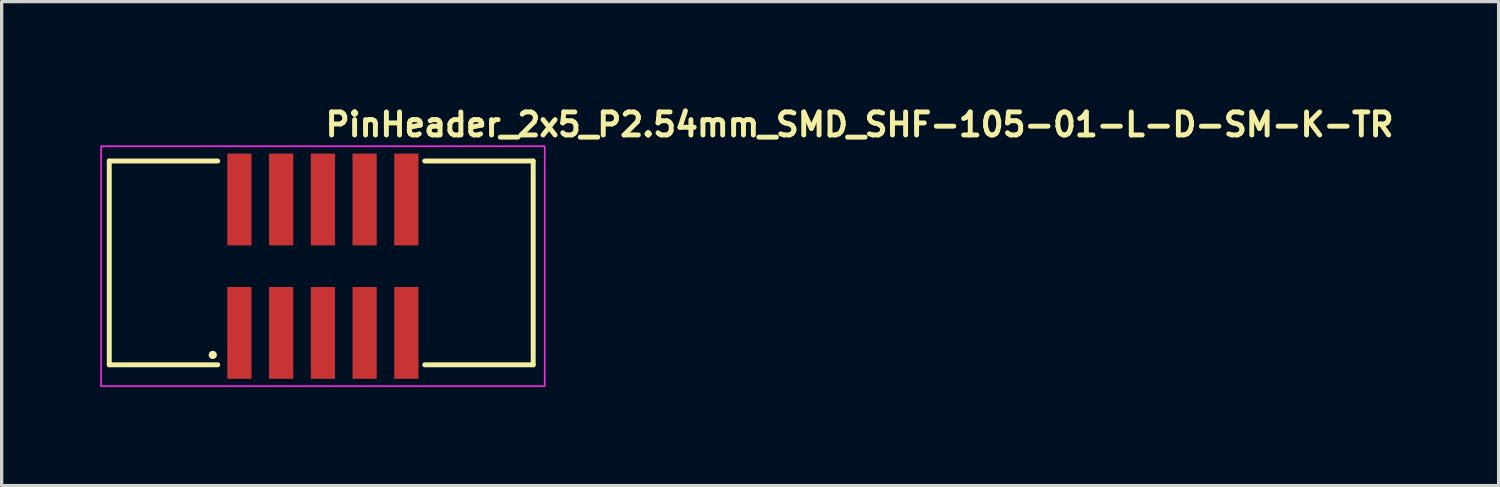
<source format=kicad_pcb>
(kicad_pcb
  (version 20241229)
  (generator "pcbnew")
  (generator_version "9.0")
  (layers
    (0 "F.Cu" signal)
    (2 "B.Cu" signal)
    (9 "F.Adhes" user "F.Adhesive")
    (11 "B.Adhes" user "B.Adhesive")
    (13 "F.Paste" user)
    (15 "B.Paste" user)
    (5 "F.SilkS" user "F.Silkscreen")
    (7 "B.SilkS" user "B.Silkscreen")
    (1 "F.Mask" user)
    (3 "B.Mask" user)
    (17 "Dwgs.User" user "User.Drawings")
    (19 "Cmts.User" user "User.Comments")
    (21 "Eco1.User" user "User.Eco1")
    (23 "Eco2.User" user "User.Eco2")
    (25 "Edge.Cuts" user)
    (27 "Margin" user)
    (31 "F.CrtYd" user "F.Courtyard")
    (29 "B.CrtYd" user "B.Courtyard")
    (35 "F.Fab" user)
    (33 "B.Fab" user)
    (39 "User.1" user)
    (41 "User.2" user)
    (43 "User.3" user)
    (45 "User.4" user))
  (footprint "PinHeader_2x5_P2.54mm_SMD_SHF-105-01-L-D-SM-K-TR"
    (layer "F.Cu")
    (at 6.775 5.05)
    (property "Reference" "PinHeader_2x5_P2.54mm_SMD_SHF-105-01-L-D-SM-K-TR" (at 0 -3.9 0) (unlocked yes) (layer "F.SilkS") (effects (font (size 0.7 0.7) (thickness 0.15)) (justify left bottom)))
    (attr smd)
    (fp_line (start -6.5 -3.2) (end -6.5 3) (stroke (width 0.15) (type solid)) (layer "F.SilkS"))
    (fp_line (start -6.5 3) (end -3.2 3) (stroke (width 0.15) (type solid)) (layer "F.SilkS"))
    (fp_line (start -3.2 -3.2) (end -6.5 -3.2) (stroke (width 0.15) (type solid)) (layer "F.SilkS"))
    (fp_line (start 3.1 3) (end 6.4 3) (stroke (width 0.15) (type solid)) (layer "F.SilkS"))
    (fp_line (start 6.4 -3.2) (end 3.1 -3.2) (stroke (width 0.15) (type solid)) (layer "F.SilkS"))
    (fp_line (start 6.4 3) (end 6.4 -3.2) (stroke (width 0.15) (type solid)) (layer "F.SilkS"))
    (fp_circle (center -3.35 2.7) (end -3.3 2.7) (stroke (width 0.15) (type solid)) (fill yes) (layer "F.SilkS"))
    (fp_rect (start -6.75 -3.65) (end 6.75 3.65) (stroke (width 0.05) (type solid)) (fill no) (layer "F.CrtYd"))
    (fp_rect (start -6.35 -3.251) (end 6.35 3.251) (stroke (width 0.1) (type solid)) (fill no) (layer "User.5"))
    (fp_line (start -6.35 -0.635) (end -6.35 -3.048) (stroke (width 0.02) (type solid)) (layer "User.9"))
    (fp_line (start -6.35 -0.635) (end -6.223 -0.635) (stroke (width 0.02) (type solid)) (layer "User.9"))
    (fp_line (start -6.35 2.54) (end -6.35 0.635) (stroke (width 0.02) (type solid)) (layer "User.9"))
    (fp_line (start -6.223 -0.635) (end -6.223 0.635) (stroke (width 0.02) (type solid)) (layer "User.9"))
    (fp_line (start -6.223 0.635) (end -6.35 0.635) (stroke (width 0.02) (type solid)) (layer "User.9"))
    (fp_line (start -5.738 -2.055) (end -5.738 2.055) (stroke (width 0.02) (type solid)) (layer "User.9"))
    (fp_line (start -5.738 -2.055) (end -5.461 -1.778) (stroke (width 0.02) (type solid)) (layer "User.9"))
    (fp_line (start -5.738 2.055) (end -5.461 1.778) (stroke (width 0.02) (type solid)) (layer "User.9"))
    (fp_line (start -5.738 2.055) (end -2.519 2.055) (stroke (width 0.02) (type solid)) (layer "User.9"))
    (fp_line (start -5.461 -1.778) (end -5.461 1.778) (stroke (width 0.02) (type solid)) (layer "User.9"))
    (fp_line (start -5.461 1.778) (end -2.722 1.778) (stroke (width 0.02) (type solid)) (layer "User.9"))
    (fp_line (start -5.41 -3.048) (end -6.35 -3.048) (stroke (width 0.02) (type solid)) (layer "User.9"))
    (fp_line (start -5.41 -2.54) (end -5.41 -3.048) (stroke (width 0.02) (type solid)) (layer "User.9"))
    (fp_line (start -3.251 0) (end -3.251 0) (stroke (width 0.02) (type solid)) (layer "User.9"))
    (fp_line (start -3.251 0) (end -3.247 0.167) (stroke (width 0.02) (type solid)) (layer "User.9"))
    (fp_line (start -3.247 -0.167) (end -3.251 0) (stroke (width 0.02) (type solid)) (layer "User.9"))
    (fp_line (start -3.247 0.167) (end -3.234 0.332) (stroke (width 0.02) (type solid)) (layer "User.9"))
    (fp_line (start -3.234 -0.332) (end -3.247 -0.167) (stroke (width 0.02) (type solid)) (layer "User.9"))
    (fp_line (start -3.234 0.332) (end -3.214 0.495) (stroke (width 0.02) (type solid)) (layer "User.9"))
    (fp_line (start -3.214 -0.495) (end -3.234 -0.332) (stroke (width 0.02) (type solid)) (layer "User.9"))
    (fp_line (start -3.214 0.495) (end -3.185 0.655) (stroke (width 0.02) (type solid)) (layer "User.9"))
    (fp_line (start -3.185 -0.655) (end -3.214 -0.495) (stroke (width 0.02) (type solid)) (layer "User.9"))
    (fp_line (start -3.185 0.655) (end -3.149 0.813) (stroke (width 0.02) (type solid)) (layer "User.9"))
    (fp_line (start -3.149 -0.813) (end -3.185 -0.655) (stroke (width 0.02) (type solid)) (layer "User.9"))
    (fp_line (start -3.149 0.813) (end -3.105 0.967) (stroke (width 0.02) (type solid)) (layer "User.9"))
    (fp_line (start -3.105 -0.967) (end -3.149 -0.813) (stroke (width 0.02) (type solid)) (layer "User.9"))
    (fp_line (start -3.105 0.967) (end -3.054 1.118) (stroke (width 0.02) (type solid)) (layer "User.9"))
    (fp_line (start -3.054 -1.118) (end -3.105 -0.967) (stroke (width 0.02) (type solid)) (layer "User.9"))
    (fp_line (start -3.054 1.118) (end -2.996 1.266) (stroke (width 0.02) (type solid)) (layer "User.9"))
    (fp_line (start -3.048 2.286) (end -3.048 2.54) (stroke (width 0.02) (type solid)) (layer "User.9"))
    (fp_line (start -3.048 2.286) (end -3.048 2.54) (stroke (width 0.02) (type solid)) (layer "User.9"))
    (fp_line (start -3.048 2.54) (end -6.35 2.54) (stroke (width 0.02) (type solid)) (layer "User.9"))
    (fp_line (start -3.023 2.54) (end -3.048 2.54) (stroke (width 0.02) (type solid)) (layer "User.9"))
    (fp_line (start -3.023 2.54) (end -3.023 2.311) (stroke (width 0.02) (type solid)) (layer "User.9"))
    (fp_line (start -2.996 -1.266) (end -3.054 -1.118) (stroke (width 0.02) (type solid)) (layer "User.9"))
    (fp_line (start -2.996 1.266) (end -2.931 1.41) (stroke (width 0.02) (type solid)) (layer "User.9"))
    (fp_line (start -2.931 -1.41) (end -2.996 -1.266) (stroke (width 0.02) (type solid)) (layer "User.9"))
    (fp_line (start -2.931 1.41) (end -2.859 1.55) (stroke (width 0.02) (type solid)) (layer "User.9"))
    (fp_line (start -2.859 -1.55) (end -2.931 -1.41) (stroke (width 0.02) (type solid)) (layer "User.9"))
    (fp_line (start -2.859 1.55) (end -2.781 1.686) (stroke (width 0.02) (type solid)) (layer "User.9"))
    (fp_line (start -2.781 -1.686) (end -2.859 -1.55) (stroke (width 0.02) (type solid)) (layer "User.9"))
    (fp_line (start -2.781 1.686) (end -2.696 1.818) (stroke (width 0.02) (type solid)) (layer "User.9"))
    (fp_line (start -2.743 -3.048) (end -2.743 -2.946) (stroke (width 0.02) (type solid)) (layer "User.9"))
    (fp_line (start -2.743 -2.946) (end -2.743 -2.54) (stroke (width 0.02) (type solid)) (layer "User.9"))
    (fp_line (start -2.743 2.54) (end -2.743 2.946) (stroke (width 0.02) (type solid)) (layer "User.9"))
    (fp_line (start -2.743 2.946) (end -2.743 3.048) (stroke (width 0.02) (type solid)) (layer "User.9"))
    (fp_line (start -2.722 -1.778) (end -5.461 -1.778) (stroke (width 0.02) (type solid)) (layer "User.9"))
    (fp_line (start -2.696 -1.818) (end -2.781 -1.686) (stroke (width 0.02) (type solid)) (layer "User.9"))
    (fp_line (start -2.696 1.818) (end -2.605 1.945) (stroke (width 0.02) (type solid)) (layer "User.9"))
    (fp_line (start -2.605 -1.945) (end -2.696 -1.818) (stroke (width 0.02) (type solid)) (layer "User.9"))
    (fp_line (start -2.605 1.945) (end -2.509 2.068) (stroke (width 0.02) (type solid)) (layer "User.9"))
    (fp_line (start -2.54 2.54) (end -3.023 2.54) (stroke (width 0.02) (type solid)) (layer "User.9"))
    (fp_line (start -2.54 2.54) (end -2.54 2.311) (stroke (width 0.02) (type solid)) (layer "User.9"))
    (fp_line (start -2.519 -2.055) (end -5.738 -2.055) (stroke (width 0.02) (type solid)) (layer "User.9"))
    (fp_line (start -2.509 -2.068) (end -2.605 -1.945) (stroke (width 0.02) (type solid)) (layer "User.9"))
    (fp_line (start -2.509 2.068) (end -2.407 2.186) (stroke (width 0.02) (type solid)) (layer "User.9"))
    (fp_line (start -2.407 -2.186) (end -2.509 -2.068) (stroke (width 0.02) (type solid)) (layer "User.9"))
    (fp_line (start -2.407 2.186) (end -2.299 2.299) (stroke (width 0.02) (type solid)) (layer "User.9"))
    (fp_line (start -2.337 -3.048) (end -2.743 -3.048) (stroke (width 0.02) (type solid)) (layer "User.9"))
    (fp_line (start -2.337 -3.048) (end -2.337 -2.946) (stroke (width 0.02) (type solid)) (layer "User.9"))
    (fp_line (start -2.337 -2.946) (end -2.743 -2.946) (stroke (width 0.02) (type solid)) (layer "User.9"))
    (fp_line (start -2.337 -2.946) (end -2.337 -2.54) (stroke (width 0.02) (type solid)) (layer "User.9"))
    (fp_line (start -2.337 2.54) (end -2.337 2.946) (stroke (width 0.02) (type solid)) (layer "User.9"))
    (fp_line (start -2.337 2.946) (end -2.743 2.946) (stroke (width 0.02) (type solid)) (layer "User.9"))
    (fp_line (start -2.337 2.946) (end -2.337 3.048) (stroke (width 0.02) (type solid)) (layer "User.9"))
    (fp_line (start -2.337 3.048) (end -2.743 3.048) (stroke (width 0.02) (type solid)) (layer "User.9"))
    (fp_line (start -2.312 2.286) (end -3.048 2.286) (stroke (width 0.02) (type solid)) (layer "User.9"))
    (fp_line (start -2.312 2.286) (end -3.048 2.286) (stroke (width 0.02) (type solid)) (layer "User.9"))
    (fp_line (start -2.299 -2.299) (end -2.407 -2.186) (stroke (width 0.02) (type solid)) (layer "User.9"))
    (fp_line (start -2.299 2.299) (end -2.186 2.407) (stroke (width 0.02) (type solid)) (layer "User.9"))
    (fp_line (start -2.286 2.311) (end -3.023 2.311) (stroke (width 0.02) (type solid)) (layer "User.9"))
    (fp_line (start -2.186 -2.407) (end -2.299 -2.299) (stroke (width 0.02) (type solid)) (layer "User.9"))
    (fp_line (start -2.186 2.407) (end -2.068 2.509) (stroke (width 0.02) (type solid)) (layer "User.9"))
    (fp_line (start -2.068 -2.509) (end -2.186 -2.407) (stroke (width 0.02) (type solid)) (layer "User.9"))
    (fp_line (start -2.068 2.509) (end -1.945 2.605) (stroke (width 0.02) (type solid)) (layer "User.9"))
    (fp_line (start -2.057 2.54) (end -2.54 2.54) (stroke (width 0.02) (type solid)) (layer "User.9"))
    (fp_line (start -2.057 2.54) (end -2.057 2.517) (stroke (width 0.02) (type solid)) (layer "User.9"))
    (fp_line (start -2.032 2.538) (end -2.032 2.54) (stroke (width 0.02) (type solid)) (layer "User.9"))
    (fp_line (start -2.032 2.538) (end -2.032 2.54) (stroke (width 0.02) (type solid)) (layer "User.9"))
    (fp_line (start -2.032 2.54) (end -2.057 2.54) (stroke (width 0.02) (type solid)) (layer "User.9"))
    (fp_line (start -2.029 -2.54) (end -5.41 -2.54) (stroke (width 0.02) (type solid)) (layer "User.9"))
    (fp_line (start -2.029 2.54) (end -2.032 2.54) (stroke (width 0.02) (type solid)) (layer "User.9"))
    (fp_line (start -1.945 -2.605) (end -2.068 -2.509) (stroke (width 0.02) (type solid)) (layer "User.9"))
    (fp_line (start -1.945 2.605) (end -1.818 2.696) (stroke (width 0.02) (type solid)) (layer "User.9"))
    (fp_line (start -1.818 -2.696) (end -1.945 -2.605) (stroke (width 0.02) (type solid)) (layer "User.9"))
    (fp_line (start -1.818 2.696) (end -1.686 2.781) (stroke (width 0.02) (type solid)) (layer "User.9"))
    (fp_line (start -1.686 -2.781) (end -1.818 -2.696) (stroke (width 0.02) (type solid)) (layer "User.9"))
    (fp_line (start -1.686 2.781) (end -1.55 2.859) (stroke (width 0.02) (type solid)) (layer "User.9"))
    (fp_line (start -1.55 -2.859) (end -1.686 -2.781) (stroke (width 0.02) (type solid)) (layer "User.9"))
    (fp_line (start -1.55 2.859) (end -1.41 2.931) (stroke (width 0.02) (type solid)) (layer "User.9"))
    (fp_line (start -1.473 -2.946) (end -1.473 -3.048) (stroke (width 0.02) (type solid)) (layer "User.9"))
    (fp_line (start -1.473 -2.898) (end -1.473 -2.946) (stroke (width 0.02) (type solid)) (layer "User.9"))
    (fp_line (start -1.473 2.946) (end -1.473 2.898) (stroke (width 0.02) (type solid)) (layer "User.9"))
    (fp_line (start -1.473 3.048) (end -1.473 2.946) (stroke (width 0.02) (type solid)) (layer "User.9"))
    (fp_line (start -1.41 -2.931) (end -1.55 -2.859) (stroke (width 0.02) (type solid)) (layer "User.9"))
    (fp_line (start -1.41 2.931) (end -1.266 2.996) (stroke (width 0.02) (type solid)) (layer "User.9"))
    (fp_line (start -1.374 -2.946) (end -1.473 -2.946) (stroke (width 0.02) (type solid)) (layer "User.9"))
    (fp_line (start -1.374 2.946) (end -1.473 2.946) (stroke (width 0.02) (type solid)) (layer "User.9"))
    (fp_line (start -1.27 -3.048) (end -1.473 -3.048) (stroke (width 0.02) (type solid)) (layer "User.9"))
    (fp_line (start -1.27 -3.048) (end -1.27 -2.993) (stroke (width 0.02) (type solid)) (layer "User.9"))
    (fp_line (start -1.266 -2.996) (end -1.41 -2.931) (stroke (width 0.02) (type solid)) (layer "User.9"))
    (fp_line (start -1.266 2.996) (end -1.118 3.054) (stroke (width 0.02) (type solid)) (layer "User.9"))
    (fp_line (start -1.131 -3.048) (end -1.27 -3.048) (stroke (width 0.02) (type solid)) (layer "User.9"))
    (fp_line (start -1.131 3.048) (end -1.473 3.048) (stroke (width 0.02) (type solid)) (layer "User.9"))
    (fp_line (start -1.118 -3.054) (end -1.266 -2.996) (stroke (width 0.02) (type solid)) (layer "User.9"))
    (fp_line (start -1.118 3.054) (end -0.967 3.105) (stroke (width 0.02) (type solid)) (layer "User.9"))
    (fp_line (start -0.967 -3.105) (end -1.118 -3.054) (stroke (width 0.02) (type solid)) (layer "User.9"))
    (fp_line (start -0.967 3.105) (end -0.813 3.149) (stroke (width 0.02) (type solid)) (layer "User.9"))
    (fp_line (start -0.813 -3.149) (end -0.967 -3.105) (stroke (width 0.02) (type solid)) (layer "User.9"))
    (fp_line (start -0.813 3.149) (end -0.655 3.185) (stroke (width 0.02) (type solid)) (layer "User.9"))
    (fp_line (start -0.655 -3.185) (end -0.813 -3.149) (stroke (width 0.02) (type solid)) (layer "User.9"))
    (fp_line (start -0.655 3.185) (end -0.495 3.214) (stroke (width 0.02) (type solid)) (layer "User.9"))
    (fp_line (start -0.495 -3.214) (end -0.655 -3.185) (stroke (width 0.02) (type solid)) (layer "User.9"))
    (fp_line (start -0.495 3.214) (end -0.332 3.234) (stroke (width 0.02) (type solid)) (layer "User.9"))
    (fp_line (start -0.332 -3.234) (end -0.495 -3.214) (stroke (width 0.02) (type solid)) (layer "User.9"))
    (fp_line (start -0.332 3.234) (end -0.167 3.247) (stroke (width 0.02) (type solid)) (layer "User.9"))
    (fp_line (start -0.167 -3.247) (end -0.332 -3.234) (stroke (width 0.02) (type solid)) (layer "User.9"))
    (fp_line (start -0.167 3.247) (end 0 3.251) (stroke (width 0.02) (type solid)) (layer "User.9"))
    (fp_line (start 0 -3.251) (end -0.167 -3.247) (stroke (width 0.02) (type solid)) (layer "User.9"))
    (fp_line (start 0 -3.251) (end 0 -3.251) (stroke (width 0.02) (type solid)) (layer "User.9"))
    (fp_line (start 0 3.251) (end 0 3.251) (stroke (width 0.02) (type solid)) (layer "User.9"))
    (fp_line (start 0 3.251) (end 0.167 3.247) (stroke (width 0.02) (type solid)) (layer "User.9"))
    (fp_line (start 0.167 -3.247) (end 0 -3.251) (stroke (width 0.02) (type solid)) (layer "User.9"))
    (fp_line (start 0.167 3.247) (end 0.332 3.234) (stroke (width 0.02) (type solid)) (layer "User.9"))
    (fp_line (start 0.332 -3.234) (end 0.167 -3.247) (stroke (width 0.02) (type solid)) (layer "User.9"))
    (fp_line (start 0.332 3.234) (end 0.495 3.214) (stroke (width 0.02) (type solid)) (layer "User.9"))
    (fp_line (start 0.495 -3.214) (end 0.332 -3.234) (stroke (width 0.02) (type solid)) (layer "User.9"))
    (fp_line (start 0.495 3.214) (end 0.655 3.185) (stroke (width 0.02) (type solid)) (layer "User.9"))
    (fp_line (start 0.655 -3.185) (end 0.495 -3.214) (stroke (width 0.02) (type solid)) (layer "User.9"))
    (fp_line (start 0.655 3.185) (end 0.813 3.149) (stroke (width 0.02) (type solid)) (layer "User.9"))
    (fp_line (start 0.813 -3.149) (end 0.655 -3.185) (stroke (width 0.02) (type solid)) (layer "User.9"))
    (fp_line (start 0.813 3.149) (end 0.967 3.105) (stroke (width 0.02) (type solid)) (layer "User.9"))
    (fp_line (start 0.967 -3.105) (end 0.813 -3.149) (stroke (width 0.02) (type solid)) (layer "User.9"))
    (fp_line (start 0.967 3.105) (end 1.118 3.054) (stroke (width 0.02) (type solid)) (layer "User.9"))
    (fp_line (start 1.118 -3.054) (end 0.967 -3.105) (stroke (width 0.02) (type solid)) (layer "User.9"))
    (fp_line (start 1.118 3.054) (end 1.266 2.996) (stroke (width 0.02) (type solid)) (layer "User.9"))
    (fp_line (start 1.266 -2.996) (end 1.118 -3.054) (stroke (width 0.02) (type solid)) (layer "User.9"))
    (fp_line (start 1.266 2.996) (end 1.41 2.931) (stroke (width 0.02) (type solid)) (layer "User.9"))
    (fp_line (start 1.27 -3.048) (end 1.131 -3.048) (stroke (width 0.02) (type solid)) (layer "User.9"))
    (fp_line (start 1.27 -2.993) (end 1.27 -3.048) (stroke (width 0.02) (type solid)) (layer "User.9"))
    (fp_line (start 1.41 -2.931) (end 1.266 -2.996) (stroke (width 0.02) (type solid)) (layer "User.9"))
    (fp_line (start 1.41 2.931) (end 1.55 2.859) (stroke (width 0.02) (type solid)) (layer "User.9"))
    (fp_line (start 1.473 -3.048) (end 1.27 -3.048) (stroke (width 0.02) (type solid)) (layer "User.9"))
    (fp_line (start 1.473 -3.048) (end 1.473 -2.946) (stroke (width 0.02) (type solid)) (layer "User.9"))
    (fp_line (start 1.473 -2.946) (end 1.374 -2.946) (stroke (width 0.02) (type solid)) (layer "User.9"))
    (fp_line (start 1.473 -2.946) (end 1.473 -2.898) (stroke (width 0.02) (type solid)) (layer "User.9"))
    (fp_line (start 1.473 2.898) (end 1.473 2.946) (stroke (width 0.02) (type solid)) (layer "User.9"))
    (fp_line (start 1.473 2.946) (end 1.374 2.946) (stroke (width 0.02) (type solid)) (layer "User.9"))
    (fp_line (start 1.473 2.946) (end 1.473 3.048) (stroke (width 0.02) (type solid)) (layer "User.9"))
    (fp_line (start 1.473 3.048) (end 1.131 3.048) (stroke (width 0.02) (type solid)) (layer "User.9"))
    (fp_line (start 1.55 -2.859) (end 1.41 -2.931) (stroke (width 0.02) (type solid)) (layer "User.9"))
    (fp_line (start 1.55 2.859) (end 1.686 2.781) (stroke (width 0.02) (type solid)) (layer "User.9"))
    (fp_line (start 1.686 -2.781) (end 1.55 -2.859) (stroke (width 0.02) (type solid)) (layer "User.9"))
    (fp_line (start 1.686 2.781) (end 1.818 2.696) (stroke (width 0.02) (type solid)) (layer "User.9"))
    (fp_line (start 1.818 -2.696) (end 1.686 -2.781) (stroke (width 0.02) (type solid)) (layer "User.9"))
    (fp_line (start 1.818 2.696) (end 1.945 2.605) (stroke (width 0.02) (type solid)) (layer "User.9"))
    (fp_line (start 1.945 -2.605) (end 1.818 -2.696) (stroke (width 0.02) (type solid)) (layer "User.9"))
    (fp_line (start 1.945 2.605) (end 2.068 2.509) (stroke (width 0.02) (type solid)) (layer "User.9"))
    (fp_line (start 2.068 -2.509) (end 1.945 -2.605) (stroke (width 0.02) (type solid)) (layer "User.9"))
    (fp_line (start 2.068 2.509) (end 2.186 2.407) (stroke (width 0.02) (type solid)) (layer "User.9"))
    (fp_line (start 2.186 -2.407) (end 2.068 -2.509) (stroke (width 0.02) (type solid)) (layer "User.9"))
    (fp_line (start 2.186 2.407) (end 2.299 2.299) (stroke (width 0.02) (type solid)) (layer "User.9"))
    (fp_line (start 2.299 -2.299) (end 2.186 -2.407) (stroke (width 0.02) (type solid)) (layer "User.9"))
    (fp_line (start 2.299 2.299) (end 2.407 2.186) (stroke (width 0.02) (type solid)) (layer "User.9"))
    (fp_line (start 2.337 -2.946) (end 2.337 -3.048) (stroke (width 0.02) (type solid)) (layer "User.9"))
    (fp_line (start 2.337 -2.54) (end 2.337 -2.946) (stroke (width 0.02) (type solid)) (layer "User.9"))
    (fp_line (start 2.337 2.946) (end 2.337 2.54) (stroke (width 0.02) (type solid)) (layer "User.9"))
    (fp_line (start 2.337 3.048) (end 2.337 2.946) (stroke (width 0.02) (type solid)) (layer "User.9"))
    (fp_line (start 2.407 -2.186) (end 2.299 -2.299) (stroke (width 0.02) (type solid)) (layer "User.9"))
    (fp_line (start 2.407 2.186) (end 2.509 2.068) (stroke (width 0.02) (type solid)) (layer "User.9"))
    (fp_line (start 2.509 -2.068) (end 2.407 -2.186) (stroke (width 0.02) (type solid)) (layer "User.9"))
    (fp_line (start 2.509 2.068) (end 2.605 1.945) (stroke (width 0.02) (type solid)) (layer "User.9"))
    (fp_line (start 2.519 2.055) (end 5.738 2.055) (stroke (width 0.02) (type solid)) (layer "User.9"))
    (fp_line (start 2.605 -1.945) (end 2.509 -2.068) (stroke (width 0.02) (type solid)) (layer "User.9"))
    (fp_line (start 2.605 1.945) (end 2.696 1.818) (stroke (width 0.02) (type solid)) (layer "User.9"))
    (fp_line (start 2.696 -1.818) (end 2.605 -1.945) (stroke (width 0.02) (type solid)) (layer "User.9"))
    (fp_line (start 2.696 1.818) (end 2.781 1.686) (stroke (width 0.02) (type solid)) (layer "User.9"))
    (fp_line (start 2.722 1.778) (end 5.461 1.778) (stroke (width 0.02) (type solid)) (layer "User.9"))
    (fp_line (start 2.743 -3.048) (end 2.337 -3.048) (stroke (width 0.02) (type solid)) (layer "User.9"))
    (fp_line (start 2.743 -3.048) (end 2.743 -2.946) (stroke (width 0.02) (type solid)) (layer "User.9"))
    (fp_line (start 2.743 -2.946) (end 2.337 -2.946) (stroke (width 0.02) (type solid)) (layer "User.9"))
    (fp_line (start 2.743 -2.946) (end 2.743 -2.54) (stroke (width 0.02) (type solid)) (layer "User.9"))
    (fp_line (start 2.743 2.54) (end 2.743 2.946) (stroke (width 0.02) (type solid)) (layer "User.9"))
    (fp_line (start 2.743 2.946) (end 2.337 2.946) (stroke (width 0.02) (type solid)) (layer "User.9"))
    (fp_line (start 2.743 2.946) (end 2.743 3.048) (stroke (width 0.02) (type solid)) (layer "User.9"))
    (fp_line (start 2.743 3.048) (end 2.337 3.048) (stroke (width 0.02) (type solid)) (layer "User.9"))
    (fp_line (start 2.781 -1.686) (end 2.696 -1.818) (stroke (width 0.02) (type solid)) (layer "User.9"))
    (fp_line (start 2.781 1.686) (end 2.859 1.55) (stroke (width 0.02) (type solid)) (layer "User.9"))
    (fp_line (start 2.859 -1.55) (end 2.781 -1.686) (stroke (width 0.02) (type solid)) (layer "User.9"))
    (fp_line (start 2.859 1.55) (end 2.931 1.41) (stroke (width 0.02) (type solid)) (layer "User.9"))
    (fp_line (start 2.931 -1.41) (end 2.859 -1.55) (stroke (width 0.02) (type solid)) (layer "User.9"))
    (fp_line (start 2.931 1.41) (end 2.996 1.266) (stroke (width 0.02) (type solid)) (layer "User.9"))
    (fp_line (start 2.996 -1.266) (end 2.931 -1.41) (stroke (width 0.02) (type solid)) (layer "User.9"))
    (fp_line (start 2.996 1.266) (end 3.054 1.118) (stroke (width 0.02) (type solid)) (layer "User.9"))
    (fp_line (start 3.054 -1.118) (end 2.996 -1.266) (stroke (width 0.02) (type solid)) (layer "User.9"))
    (fp_line (start 3.054 1.118) (end 3.105 0.967) (stroke (width 0.02) (type solid)) (layer "User.9"))
    (fp_line (start 3.105 -0.967) (end 3.054 -1.118) (stroke (width 0.02) (type solid)) (layer "User.9"))
    (fp_line (start 3.105 0.967) (end 3.149 0.813) (stroke (width 0.02) (type solid)) (layer "User.9"))
    (fp_line (start 3.149 -0.813) (end 3.105 -0.967) (stroke (width 0.02) (type solid)) (layer "User.9"))
    (fp_line (start 3.149 0.813) (end 3.185 0.655) (stroke (width 0.02) (type solid)) (layer "User.9"))
    (fp_line (start 3.185 -0.655) (end 3.149 -0.813) (stroke (width 0.02) (type solid)) (layer "User.9"))
    (fp_line (start 3.185 0.655) (end 3.214 0.495) (stroke (width 0.02) (type solid)) (layer "User.9"))
    (fp_line (start 3.214 -0.495) (end 3.185 -0.655) (stroke (width 0.02) (type solid)) (layer "User.9"))
    (fp_line (start 3.214 0.495) (end 3.234 0.332) (stroke (width 0.02) (type solid)) (layer "User.9"))
    (fp_line (start 3.234 -0.332) (end 3.214 -0.495) (stroke (width 0.02) (type solid)) (layer "User.9"))
    (fp_line (start 3.234 0.332) (end 3.247 0.167) (stroke (width 0.02) (type solid)) (layer "User.9"))
    (fp_line (start 3.247 -0.167) (end 3.234 -0.332) (stroke (width 0.02) (type solid)) (layer "User.9"))
    (fp_line (start 3.247 0.167) (end 3.251 0) (stroke (width 0.02) (type solid)) (layer "User.9"))
    (fp_line (start 3.251 0) (end 3.247 -0.167) (stroke (width 0.02) (type solid)) (layer "User.9"))
    (fp_line (start 3.251 0) (end 3.251 0) (stroke (width 0.02) (type solid)) (layer "User.9"))
    (fp_line (start 3.251 0) (end 3.251 0) (stroke (width 0.02) (type solid)) (layer "User.9"))
    (fp_line (start 5.41 -3.048) (end 5.41 -2.54) (stroke (width 0.02) (type solid)) (layer "User.9"))
    (fp_line (start 5.41 -2.54) (end 2.029 -2.54) (stroke (width 0.02) (type solid)) (layer "User.9"))
    (fp_line (start 5.461 -1.778) (end 2.722 -1.778) (stroke (width 0.02) (type solid)) (layer "User.9"))
    (fp_line (start 5.461 1.778) (end 5.461 -1.778) (stroke (width 0.02) (type solid)) (layer "User.9"))
    (fp_line (start 5.738 -2.055) (end 2.519 -2.055) (stroke (width 0.02) (type solid)) (layer "User.9"))
    (fp_line (start 5.738 -2.055) (end 5.461 -1.778) (stroke (width 0.02) (type solid)) (layer "User.9"))
    (fp_line (start 5.738 2.055) (end 5.461 1.778) (stroke (width 0.02) (type solid)) (layer "User.9"))
    (fp_line (start 5.738 2.055) (end 5.738 -2.055) (stroke (width 0.02) (type solid)) (layer "User.9"))
    (fp_line (start 6.35 -3.048) (end 5.41 -3.048) (stroke (width 0.02) (type solid)) (layer "User.9"))
    (fp_line (start 6.35 2.54) (end 2.029 2.54) (stroke (width 0.02) (type solid)) (layer "User.9"))
    (fp_line (start 6.35 2.54) (end 6.35 -3.048) (stroke (width 0.02) (type solid)) (layer "User.9"))
    (pad "1" smd rect (at -2.54 2.03 90) (size 2.794 0.737) (layers "F.Cu" "F.Mask" "F.Paste"))
    (pad "2" smd rect (at -2.54 -2.03 90) (size 2.794 0.737) (layers "F.Cu" "F.Mask" "F.Paste"))
    (pad "3" smd rect (at -1.27 2.03 90) (size 2.794 0.737) (layers "F.Cu" "F.Mask" "F.Paste"))
    (pad "4" smd rect (at -1.27 -2.03 90) (size 2.794 0.737) (layers "F.Cu" "F.Mask" "F.Paste"))
    (pad "5" smd rect (at 0 2.03 90) (size 2.794 0.737) (layers "F.Cu" "F.Mask" "F.Paste"))
    (pad "6" smd rect (at 0 -2.03 90) (size 2.794 0.737) (layers "F.Cu" "F.Mask" "F.Paste"))
    (pad "7" smd rect (at 1.27 2.03 90) (size 2.794 0.737) (layers "F.Cu" "F.Mask" "F.Paste"))
    (pad "8" smd rect (at 1.27 -2.03 90) (size 2.794 0.737) (layers "F.Cu" "F.Mask" "F.Paste"))
    (pad "9" smd rect (at 2.54 2.03 90) (size 2.794 0.737) (layers "F.Cu" "F.Mask" "F.Paste"))
    (pad "10" smd rect (at 2.54 -2.03 90) (size 2.794 0.737) (layers "F.Cu" "F.Mask" "F.Paste")))
  (gr_rect
    (start -3 -3)
    (end 42.552 11.725)
    (stroke (width 0.1) (type default))
    (fill no)
    (layer "Edge.Cuts")))
</source>
